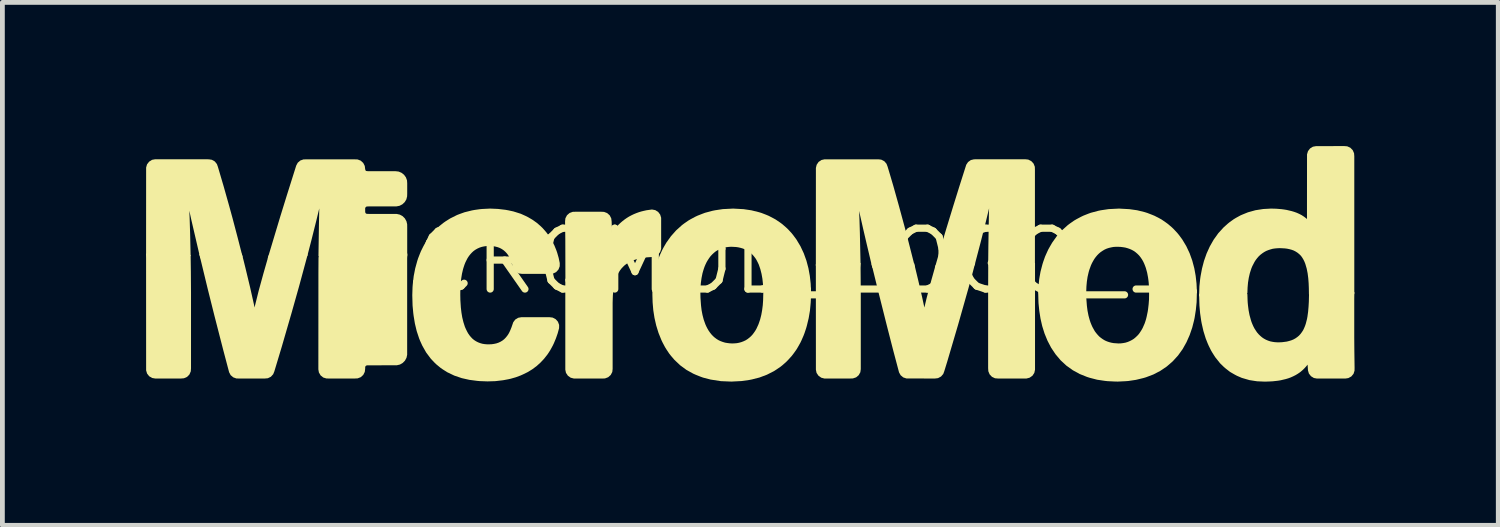
<source format=kicad_pcb>
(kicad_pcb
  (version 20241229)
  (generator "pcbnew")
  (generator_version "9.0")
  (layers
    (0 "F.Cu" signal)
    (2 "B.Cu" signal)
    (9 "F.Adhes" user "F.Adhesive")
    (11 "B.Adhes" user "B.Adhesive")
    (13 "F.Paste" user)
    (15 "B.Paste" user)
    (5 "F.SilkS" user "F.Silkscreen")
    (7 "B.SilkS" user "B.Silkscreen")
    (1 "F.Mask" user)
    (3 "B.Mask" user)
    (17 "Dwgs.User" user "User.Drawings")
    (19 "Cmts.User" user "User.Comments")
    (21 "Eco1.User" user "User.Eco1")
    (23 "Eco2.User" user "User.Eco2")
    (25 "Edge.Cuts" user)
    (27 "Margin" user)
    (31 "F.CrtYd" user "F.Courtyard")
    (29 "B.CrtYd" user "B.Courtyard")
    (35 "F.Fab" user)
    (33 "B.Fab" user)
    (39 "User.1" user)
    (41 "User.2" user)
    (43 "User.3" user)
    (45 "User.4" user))
  (footprint "MICROMOD_LOGO_1"
    (layer "F.Cu")
    (at 12.597 2.405)
    (property "Reference" "MICROMOD_LOGO_1" (at 0 0 0) (layer "F.SilkS") (effects (font (size 1.27 1.27) (thickness 0.15))))
    (fp_poly (pts (xy 2.325 0.665) (xy 2.325 2.252) (xy 2.316 2.317) (xy 2.281 2.379) (xy 2.227 2.424) (xy 2.161 2.446) (xy 2.1 2.448) (xy 1.565 2.448) (xy 1.5 2.431) (xy 1.442 2.39) (xy 1.402 2.331) (xy 1.388 2.265) (xy 1.387 0.058) (xy 1.472 0.035) (xy 2.32 0.035)) (stroke (width 0) (type solid)) (fill yes) (layer "F.SilkS"))
    (fp_poly (pts (xy 5.963 2.265) (xy 5.948 2.331) (xy 5.909 2.39) (xy 5.85 2.431) (xy 5.784 2.448) (xy 5.192 2.448) (xy 5.128 2.443) (xy 5.064 2.413) (xy 5.015 2.361) (xy 4.988 2.296) (xy 4.984 2.233) (xy 4.984 0.693) (xy 4.986 0.088) (xy 5.045 0.035) (xy 5.963 0.035)) (stroke (width 0) (type solid)) (fill yes) (layer "F.SilkS"))
    (fp_poly (pts (xy -11.667 -0.126) (xy -11.662 0.223) (xy -11.659 0.647) (xy -11.659 2.236) (xy -11.664 2.299) (xy -11.692 2.364) (xy -11.742 2.415) (xy -11.807 2.443) (xy -11.87 2.448) (xy -12.405 2.448) (xy -12.47 2.437) (xy -12.532 2.401) (xy -12.576 2.345) (xy -12.596 2.279) (xy -12.597 -0.16) (xy -11.743 -0.16)) (stroke (width 0) (type solid)) (fill yes) (layer "F.SilkS"))
    (fp_poly (pts (xy -2.827 0.509) (xy -2.842 0.61) (xy -2.851 0.713) (xy -2.853 0.764) (xy -2.856 0.869) (xy -2.856 2.247) (xy -2.863 2.311) (xy -2.896 2.374) (xy -2.949 2.421) (xy -3.015 2.446) (xy -3.077 2.449) (xy -3.666 2.448) (xy -3.732 2.431) (xy -3.79 2.39) (xy -3.83 2.33) (xy -3.844 2.264) (xy -3.844 0.367) (xy -3.757 0.346) (xy -2.788 0.346)) (stroke (width 0) (type solid)) (fill yes) (layer "F.SilkS"))
    (fp_poly (pts (xy -11.289 -2.129) (xy -11.224 -2.119) (xy -11.162 -2.084) (xy -11.118 -2.029) (xy -11.097 -1.97) (xy -10.977 -1.563) (xy -10.862 -1.155) (xy -10.792 -0.9) (xy -10.684 -0.49) (xy -10.579 -0.081) (xy -10.676 -0.06) (xy -11.459 -0.06) (xy -11.485 -0.145) (xy -11.653 -0.868) (xy -11.694 -1.056) (xy -11.687 -0.879) (xy -11.677 -0.561) (xy -11.667 -0.117) (xy -11.723 -0.06) (xy -12.576 -0.06) (xy -12.597 -0.147) (xy -12.596 -1.958) (xy -12.577 -2.024) (xy -12.533 -2.08) (xy -12.473 -2.118) (xy -12.407 -2.13)) (stroke (width 0) (type solid)) (fill yes) (layer "F.SilkS"))
    (fp_poly (pts (xy -7.146 -0.057) (xy -7.146 1.953) (xy -7.16 2.016) (xy -7.192 2.075) (xy -7.238 2.122) (xy -7.296 2.156) (xy -7.36 2.171) (xy -7.987 2.173) (xy -8.01 2.184) (xy -8.022 2.204) (xy -8.023 2.246) (xy -8.031 2.31) (xy -8.063 2.373) (xy -8.115 2.42) (xy -8.18 2.445) (xy -8.242 2.448) (xy -8.772 2.448) (xy -8.832 2.447) (xy -8.898 2.427) (xy -8.953 2.383) (xy -8.989 2.321) (xy -9 2.257) (xy -8.999 0.247) (xy -8.997 -0.076) (xy -8.972 -0.16) (xy -7.142 -0.16)) (stroke (width 0) (type solid)) (fill yes) (layer "F.SilkS"))
    (fp_poly (pts (xy 5.822 -2.123) (xy 5.885 -2.091) (xy 5.933 -2.039) (xy 5.959 -1.973) (xy 5.961 -1.911) (xy 5.961 0.064) (xy 5.921 0.134) (xy 5.004 0.134) (xy 4.985 0.045) (xy 4.989 -0.331) (xy 5.001 -1.02) (xy 5.004 -1.106) (xy 4.944 -0.857) (xy 4.827 -0.394) (xy 4.702 0.081) (xy 4.647 0.134) (xy 3.872 0.134) (xy 3.978 -0.235) (xy 4.099 -0.641) (xy 4.254 -1.148) (xy 4.38 -1.553) (xy 4.527 -2.015) (xy 4.565 -2.072) (xy 4.623 -2.113) (xy 4.69 -2.129) (xy 5.702 -2.13) (xy 5.758 -2.13)) (stroke (width 0) (type solid)) (fill yes) (layer "F.SilkS"))
    (fp_poly (pts (xy 2.752 -2.122) (xy 2.816 -2.089) (xy 2.862 -2.036) (xy 2.885 -1.976) (xy 2.946 -1.772) (xy 3.006 -1.568) (xy 3.12 -1.161) (xy 3.245 -0.701) (xy 3.299 -0.496) (xy 3.457 0.125) (xy 3.348 0.135) (xy 2.566 0.135) (xy 2.447 -0.367) (xy 2.375 -0.676) (xy 2.293 -1.038) (xy 2.29 -1.05) (xy 2.298 -0.863) (xy 2.306 -0.598) (xy 2.32 0.04) (xy 2.309 0.135) (xy 1.458 0.135) (xy 1.387 0.096) (xy 1.388 -1.949) (xy 1.404 -2.015) (xy 1.444 -2.074) (xy 1.503 -2.114) (xy 1.569 -2.129) (xy 2.688 -2.129)) (stroke (width 0) (type solid)) (fill yes) (layer "F.SilkS"))
    (fp_poly (pts (xy 4.644 0.303) (xy 4.574 0.559) (xy 4.357 1.325) (xy 4.132 2.089) (xy 4.069 2.294) (xy 4.047 2.353) (xy 4.001 2.406) (xy 3.938 2.44) (xy 3.873 2.448) (xy 3.279 2.447) (xy 3.212 2.425) (xy 3.157 2.379) (xy 3.124 2.32) (xy 3 1.852) (xy 2.868 1.338) (xy 2.687 0.617) (xy 2.547 0.047) (xy 2.652 0.035) (xy 3.437 0.035) (xy 3.521 0.383) (xy 3.605 0.745) (xy 3.65 0.954) (xy 3.653 0.965) (xy 3.7 0.767) (xy 3.795 0.407) (xy 3.885 0.088) (xy 3.939 0.035) (xy 4.714 0.035)) (stroke (width 0) (type solid)) (fill yes) (layer "F.SilkS"))
    (fp_poly (pts (xy -10.562 -0.021) (xy -10.524 0.133) (xy -10.425 0.545) (xy -10.344 0.906) (xy -10.332 0.966) (xy -10.322 0.921) (xy -10.245 0.612) (xy -10.147 0.255) (xy -10.04 -0.118) (xy -9.977 -0.16) (xy -9.325 -0.16) (xy -9.222 -0.144) (xy -9.402 0.521) (xy -9.56 1.081) (xy -9.766 1.791) (xy -9.919 2.299) (xy -9.943 2.358) (xy -9.991 2.411) (xy -10.054 2.442) (xy -10.118 2.448) (xy -10.649 2.448) (xy -10.711 2.447) (xy -10.776 2.424) (xy -10.831 2.378) (xy -10.863 2.318) (xy -10.986 1.853) (xy -11.17 1.137) (xy -11.311 0.573) (xy -11.486 -0.15) (xy -11.38 -0.16) (xy -10.6 -0.16)) (stroke (width 0) (type solid)) (fill yes) (layer "F.SilkS"))
    (fp_poly (pts (xy -8.181 -2.126) (xy -8.116 -2.101) (xy -8.063 -2.053) (xy -8.031 -1.99) (xy -8.024 -1.932) (xy -8.017 -1.899) (xy -8.001 -1.885) (xy -7.967 -1.881) (xy -7.386 -1.88) (xy -7.324 -1.873) (xy -7.263 -1.847) (xy -7.211 -1.806) (xy -7.172 -1.752) (xy -7.149 -1.689) (xy -7.145 -1.628) (xy -7.145 -1.414) (xy -7.147 -1.355) (xy -7.163 -1.291) (xy -7.198 -1.234) (xy -7.246 -1.189) (xy -7.306 -1.158) (xy -7.369 -1.146) (xy -7.954 -1.145) (xy -7.993 -1.143) (xy -8.012 -1.131) (xy -8.023 -1.107) (xy -8.022 -1.024) (xy -8.011 -1.001) (xy -7.99 -0.99) (xy -7.95 -0.989) (xy -7.363 -0.988) (xy -7.3 -0.974) (xy -7.241 -0.942) (xy -7.194 -0.895) (xy -7.161 -0.836) (xy -7.146 -0.773) (xy -7.145 -0.715) (xy -7.145 -0.107) (xy -7.209 -0.06) (xy -8.933 -0.06) (xy -8.998 -0.107) (xy -8.988 -0.768) (xy -8.981 -1.104) (xy -9.043 -0.847) (xy -9.146 -0.436) (xy -9.229 -0.117) (xy -9.281 -0.06) (xy -10.058 -0.06) (xy -9.795 -0.935) (xy -9.654 -1.39) (xy -9.462 -1.999) (xy -9.43 -2.058) (xy -9.376 -2.104) (xy -9.31 -2.127) (xy -9.249 -2.128) (xy -8.243 -2.128)) (stroke (width 0) (type solid)) (fill yes) (layer "F.SilkS"))
    (fp_poly (pts (xy -1.966 -1.068) (xy -1.906 -1.031) (xy -1.863 -0.974) (xy -1.843 -0.908) (xy -1.843 -0.259) (xy -1.864 -0.193) (xy -1.908 -0.137) (xy -1.969 -0.101) (xy -2.032 -0.089) (xy -2.139 -0.082) (xy -2.24 -0.069) (xy -2.339 -0.047) (xy -2.387 -0.033) (xy -2.434 -0.016) (xy -2.479 0.003) (xy -2.522 0.026) (xy -2.564 0.053) (xy -2.602 0.081) (xy -2.637 0.114) (xy -2.671 0.15) (xy -2.7 0.188) (xy -2.726 0.229) (xy -2.75 0.273) (xy -2.77 0.318) (xy -2.818 0.446) (xy -3.758 0.446) (xy -3.842 0.422) (xy -3.844 -0.461) (xy -3.849 -0.833) (xy -3.842 -0.898) (xy -3.809 -0.961) (xy -3.755 -1.008) (xy -3.69 -1.032) (xy -3.628 -1.034) (xy -3.097 -1.034) (xy -3.035 -1.031) (xy -2.97 -1.006) (xy -2.917 -0.959) (xy -2.885 -0.896) (xy -2.877 -0.833) (xy -2.871 -0.672) (xy -2.87 -0.591) (xy -2.869 -0.592) (xy -2.838 -0.638) (xy -2.805 -0.682) (xy -2.77 -0.725) (xy -2.731 -0.765) (xy -2.691 -0.803) (xy -2.649 -0.839) (xy -2.605 -0.873) (xy -2.559 -0.905) (xy -2.512 -0.934) (xy -2.463 -0.96) (xy -2.413 -0.984) (xy -2.362 -1.005) (xy -2.31 -1.024) (xy -2.257 -1.04) (xy -2.204 -1.053) (xy -2.15 -1.065) (xy -2.035 -1.081)) (stroke (width 0) (type solid)) (fill yes) (layer "F.SilkS"))
    (fp_poly (pts (xy 9.337 0.854) (xy 9.321 1.015) (xy 9.296 1.175) (xy 9.285 1.229) (xy 9.245 1.386) (xy 9.192 1.54) (xy 9.126 1.689) (xy 9.046 1.832) (xy 8.95 1.966) (xy 8.839 2.088) (xy 8.715 2.196) (xy 8.579 2.288) (xy 8.433 2.364) (xy 8.28 2.422) (xy 8.226 2.438) (xy 8.069 2.476) (xy 7.908 2.5) (xy 7.853 2.504) (xy 7.691 2.512) (xy 7.636 2.511) (xy 7.475 2.503) (xy 7.42 2.497) (xy 7.26 2.473) (xy 7.102 2.432) (xy 7.049 2.415) (xy 6.897 2.354) (xy 6.752 2.275) (xy 6.618 2.179) (xy 6.497 2.067) (xy 6.391 1.941) (xy 6.3 1.805) (xy 6.224 1.66) (xy 6.162 1.509) (xy 6.113 1.353) (xy 6.077 1.195) (xy 6.052 1.035) (xy 6.036 0.874) (xy 6.034 0.82) (xy 6.029 0.63) (xy 6.101 0.59) (xy 6.988 0.59) (xy 7.032 0.656) (xy 7.034 0.775) (xy 7.046 0.93) (xy 7.059 1.032) (xy 7.079 1.133) (xy 7.092 1.182) (xy 7.106 1.231) (xy 7.122 1.279) (xy 7.141 1.326) (xy 7.161 1.371) (xy 7.21 1.459) (xy 7.239 1.498) (xy 7.271 1.536) (xy 7.304 1.571) (xy 7.341 1.601) (xy 7.381 1.629) (xy 7.423 1.654) (xy 7.466 1.673) (xy 7.513 1.689) (xy 7.56 1.701) (xy 7.607 1.709) (xy 7.707 1.716) (xy 7.756 1.714) (xy 7.805 1.708) (xy 7.852 1.699) (xy 7.898 1.685) (xy 7.943 1.666) (xy 7.986 1.644) (xy 8.026 1.619) (xy 8.063 1.588) (xy 8.099 1.554) (xy 8.131 1.519) (xy 8.159 1.479) (xy 8.186 1.437) (xy 8.21 1.394) (xy 8.251 1.301) (xy 8.267 1.254) (xy 8.282 1.205) (xy 8.294 1.156) (xy 8.315 1.055) (xy 8.323 1.005) (xy 8.335 0.902) (xy 8.343 0.799) (xy 8.346 0.595) (xy 8.444 0.59) (xy 9.344 0.59)) (stroke (width 0) (type solid)) (fill yes) (layer "F.SilkS"))
    (fp_poly (pts (xy 12.482 -2.4) (xy 12.546 -2.371) (xy 12.596 -2.32) (xy 12.624 -2.256) (xy 12.629 -2.193) (xy 12.629 0.682) (xy 12.575 0.74) (xy 11.743 0.74) (xy 11.682 0.69) (xy 11.68 0.562) (xy 11.676 0.458) (xy 11.668 0.355) (xy 11.655 0.252) (xy 11.635 0.152) (xy 11.607 0.056) (xy 11.589 0.01) (xy 11.568 -0.033) (xy 11.543 -0.075) (xy 11.516 -0.113) (xy 11.483 -0.146) (xy 11.447 -0.176) (xy 11.407 -0.202) (xy 11.365 -0.224) (xy 11.321 -0.24) (xy 11.273 -0.253) (xy 11.225 -0.263) (xy 11.176 -0.269) (xy 11.075 -0.274) (xy 11.025 -0.272) (xy 10.976 -0.268) (xy 10.927 -0.261) (xy 10.88 -0.248) (xy 10.834 -0.233) (xy 10.789 -0.215) (xy 10.747 -0.192) (xy 10.707 -0.165) (xy 10.668 -0.135) (xy 10.633 -0.102) (xy 10.601 -0.065) (xy 10.571 -0.026) (xy 10.545 0.015) (xy 10.499 0.104) (xy 10.48 0.15) (xy 10.449 0.246) (xy 10.426 0.345) (xy 10.41 0.446) (xy 10.401 0.549) (xy 10.397 0.661) (xy 10.368 0.74) (xy 9.485 0.74) (xy 9.389 0.73) (xy 9.395 0.523) (xy 9.412 0.362) (xy 9.42 0.308) (xy 9.45 0.15) (xy 9.491 -0.007) (xy 9.545 -0.161) (xy 9.612 -0.309) (xy 9.693 -0.451) (xy 9.789 -0.585) (xy 9.899 -0.706) (xy 9.98 -0.779) (xy 10.023 -0.814) (xy 10.112 -0.878) (xy 10.16 -0.907) (xy 10.255 -0.959) (xy 10.307 -0.981) (xy 10.408 -1.022) (xy 10.566 -1.066) (xy 10.728 -1.091) (xy 10.891 -1.1) (xy 11 -1.097) (xy 11.108 -1.088) (xy 11.162 -1.081) (xy 11.217 -1.072) (xy 11.323 -1.047) (xy 11.376 -1.031) (xy 11.429 -1.012) (xy 11.48 -0.989) (xy 11.53 -0.963) (xy 11.578 -0.932) (xy 11.624 -0.897) (xy 11.641 -0.881) (xy 11.642 -2.232) (xy 11.662 -2.299) (xy 11.705 -2.355) (xy 11.765 -2.392) (xy 11.831 -2.404) (xy 12.419 -2.405)) (stroke (width 0) (type solid)) (fill yes) (layer "F.SilkS"))
    (fp_poly (pts (xy -0.122 -1.088) (xy 0.04 -1.064) (xy 0.198 -1.025) (xy 0.251 -1.009) (xy 0.352 -0.97) (xy 0.404 -0.948) (xy 0.5 -0.898) (xy 0.549 -0.871) (xy 0.639 -0.81) (xy 0.684 -0.777) (xy 0.767 -0.705) (xy 0.807 -0.667) (xy 0.881 -0.587) (xy 0.916 -0.543) (xy 0.981 -0.455) (xy 1.065 -0.315) (xy 1.135 -0.166) (xy 1.19 -0.013) (xy 1.232 0.145) (xy 1.261 0.305) (xy 1.279 0.466) (xy 1.285 0.598) (xy 1.225 0.651) (xy 0.331 0.651) (xy 0.289 0.584) (xy 0.282 0.466) (xy 0.271 0.364) (xy 0.253 0.263) (xy 0.228 0.164) (xy 0.195 0.068) (xy 0.174 0.024) (xy 0.151 -0.021) (xy 0.126 -0.062) (xy 0.096 -0.101) (xy 0.064 -0.138) (xy 0.029 -0.171) (xy -0.009 -0.2) (xy -0.05 -0.226) (xy -0.093 -0.248) (xy -0.137 -0.266) (xy -0.184 -0.28) (xy -0.233 -0.291) (xy -0.281 -0.298) (xy -0.382 -0.303) (xy -0.43 -0.3) (xy -0.48 -0.294) (xy -0.527 -0.286) (xy -0.573 -0.272) (xy -0.619 -0.253) (xy -0.662 -0.232) (xy -0.703 -0.207) (xy -0.74 -0.177) (xy -0.777 -0.143) (xy -0.81 -0.108) (xy -0.839 -0.069) (xy -0.867 -0.027) (xy -0.892 0.015) (xy -0.914 0.06) (xy -0.934 0.106) (xy -0.951 0.154) (xy -0.966 0.202) (xy -0.98 0.251) (xy -1 0.351) (xy -1.014 0.453) (xy -1.022 0.559) (xy -1.036 0.65) (xy -1.93 0.65) (xy -2.026 0.638) (xy -2.017 0.484) (xy -2.005 0.376) (xy -1.977 0.216) (xy -1.937 0.059) (xy -1.92 0.006) (xy -1.883 -0.096) (xy -1.862 -0.146) (xy -1.816 -0.245) (xy -1.79 -0.293) (xy -1.735 -0.388) (xy -1.64 -0.521) (xy -1.531 -0.644) (xy -1.409 -0.754) (xy -1.364 -0.788) (xy -1.275 -0.85) (xy -1.227 -0.878) (xy -1.132 -0.929) (xy -1.081 -0.953) (xy -0.981 -0.992) (xy -0.928 -1.012) (xy -0.771 -1.054) (xy -0.716 -1.065) (xy -0.556 -1.089) (xy -0.339 -1.1)) (stroke (width 0) (type solid)) (fill yes) (layer "F.SilkS"))
    (fp_poly (pts (xy -6.034 0.55) (xy -6.036 0.602) (xy -6.037 0.706) (xy -6.035 0.81) (xy -6.025 0.966) (xy -6.013 1.069) (xy -5.996 1.171) (xy -5.972 1.27) (xy -5.941 1.367) (xy -5.921 1.413) (xy -5.899 1.458) (xy -5.876 1.501) (xy -5.849 1.541) (xy -5.818 1.579) (xy -5.785 1.614) (xy -5.749 1.644) (xy -5.709 1.67) (xy -5.666 1.692) (xy -5.622 1.709) (xy -5.576 1.722) (xy -5.528 1.73) (xy -5.479 1.734) (xy -5.43 1.734) (xy -5.381 1.732) (xy -5.332 1.725) (xy -5.285 1.715) (xy -5.24 1.7) (xy -5.197 1.68) (xy -5.157 1.656) (xy -5.12 1.627) (xy -5.087 1.593) (xy -5.057 1.556) (xy -5.03 1.516) (xy -5.007 1.472) (xy -4.987 1.427) (xy -4.968 1.38) (xy -4.931 1.273) (xy -4.889 1.217) (xy -4.828 1.18) (xy -4.763 1.168) (xy -4.172 1.168) (xy -4.108 1.176) (xy -4.045 1.209) (xy -3.998 1.262) (xy -3.973 1.329) (xy -3.974 1.397) (xy -4.004 1.507) (xy -4.04 1.61) (xy -4.082 1.711) (xy -4.106 1.761) (xy -4.158 1.856) (xy -4.188 1.903) (xy -4.219 1.949) (xy -4.287 2.035) (xy -4.362 2.115) (xy -4.444 2.189) (xy -4.533 2.255) (xy -4.58 2.284) (xy -4.627 2.313) (xy -4.725 2.361) (xy -4.776 2.384) (xy -4.878 2.422) (xy -4.983 2.452) (xy -5.037 2.464) (xy -5.144 2.484) (xy -5.306 2.503) (xy -5.468 2.508) (xy -5.63 2.502) (xy -5.685 2.497) (xy -5.846 2.476) (xy -6.006 2.44) (xy -6.162 2.387) (xy -6.31 2.316) (xy -6.403 2.257) (xy -6.449 2.225) (xy -6.534 2.155) (xy -6.574 2.117) (xy -6.65 2.037) (xy -6.749 1.905) (xy -6.83 1.762) (xy -6.875 1.663) (xy -6.896 1.611) (xy -6.947 1.457) (xy -6.985 1.298) (xy -7.011 1.139) (xy -7.018 1.085) (xy -7.033 0.924) (xy -7.039 0.709) (xy -7.034 0.548) (xy -7.03 0.493) (xy -7.02 0.397) (xy -6.926 0.392) (xy -6.023 0.392)) (stroke (width 0) (type solid)) (fill yes) (layer "F.SilkS"))
    (fp_poly (pts (xy -5.251 -1.093) (xy -5.091 -1.074) (xy -5.036 -1.064) (xy -4.93 -1.041) (xy -4.878 -1.025) (xy -4.774 -0.992) (xy -4.674 -0.947) (xy -4.624 -0.922) (xy -4.53 -0.867) (xy -4.44 -0.803) (xy -4.398 -0.767) (xy -4.357 -0.731) (xy -4.317 -0.692) (xy -4.245 -0.61) (xy -4.211 -0.566) (xy -4.179 -0.521) (xy -4.122 -0.428) (xy -4.072 -0.33) (xy -4.031 -0.229) (xy -4.013 -0.177) (xy -3.983 -0.072) (xy -3.96 0.038) (xy -3.961 0.105) (xy -3.986 0.171) (xy -4.034 0.224) (xy -4.097 0.256) (xy -4.161 0.263) (xy -4.748 0.263) (xy -4.812 0.255) (xy -4.875 0.221) (xy -4.921 0.168) (xy -4.943 0.108) (xy -4.957 0.055) (xy -4.972 0.008) (xy -4.989 -0.038) (xy -5.011 -0.082) (xy -5.035 -0.124) (xy -5.063 -0.162) (xy -5.095 -0.197) (xy -5.13 -0.228) (xy -5.169 -0.255) (xy -5.21 -0.277) (xy -5.255 -0.294) (xy -5.301 -0.306) (xy -5.348 -0.315) (xy -5.397 -0.319) (xy -5.446 -0.32) (xy -5.495 -0.317) (xy -5.543 -0.31) (xy -5.59 -0.3) (xy -5.635 -0.285) (xy -5.679 -0.265) (xy -5.721 -0.241) (xy -5.759 -0.214) (xy -5.794 -0.182) (xy -5.827 -0.146) (xy -5.857 -0.108) (xy -5.884 -0.067) (xy -5.907 -0.023) (xy -5.929 0.021) (xy -5.948 0.068) (xy -5.964 0.116) (xy -5.979 0.164) (xy -6.002 0.263) (xy -6.018 0.364) (xy -6.025 0.43) (xy -6.073 0.492) (xy -6.96 0.492) (xy -7.025 0.443) (xy -7.009 0.308) (xy -6.978 0.149) (xy -6.935 -0.007) (xy -6.918 -0.06) (xy -6.879 -0.16) (xy -6.858 -0.211) (xy -6.81 -0.308) (xy -6.784 -0.356) (xy -6.726 -0.448) (xy -6.694 -0.494) (xy -6.627 -0.579) (xy -6.59 -0.62) (xy -6.514 -0.698) (xy -6.473 -0.735) (xy -6.388 -0.803) (xy -6.342 -0.835) (xy -6.25 -0.893) (xy -6.104 -0.966) (xy -6.052 -0.986) (xy -5.949 -1.023) (xy -5.792 -1.062) (xy -5.737 -1.072) (xy -5.631 -1.087) (xy -5.576 -1.092) (xy -5.414 -1.1)) (stroke (width 0) (type solid)) (fill yes) (layer "F.SilkS"))
    (fp_poly (pts (xy 7.933 -1.088) (xy 8.095 -1.065) (xy 8.253 -1.026) (xy 8.307 -1.009) (xy 8.408 -0.97) (xy 8.459 -0.949) (xy 8.556 -0.899) (xy 8.605 -0.872) (xy 8.695 -0.81) (xy 8.74 -0.777) (xy 8.823 -0.706) (xy 8.863 -0.667) (xy 8.937 -0.587) (xy 8.972 -0.544) (xy 9.037 -0.456) (xy 9.121 -0.316) (xy 9.191 -0.167) (xy 9.246 -0.014) (xy 9.288 0.144) (xy 9.298 0.198) (xy 9.317 0.304) (xy 9.335 0.465) (xy 9.344 0.665) (xy 9.258 0.69) (xy 8.362 0.69) (xy 8.345 0.6) (xy 8.343 0.544) (xy 8.336 0.441) (xy 8.33 0.39) (xy 8.323 0.339) (xy 8.304 0.238) (xy 8.277 0.14) (xy 8.26 0.093) (xy 8.241 0.046) (xy 8.22 0.002) (xy 8.195 -0.041) (xy 8.167 -0.082) (xy 8.137 -0.12) (xy 8.103 -0.154) (xy 8.066 -0.186) (xy 8.027 -0.214) (xy 7.986 -0.237) (xy 7.941 -0.257) (xy 7.895 -0.273) (xy 7.848 -0.286) (xy 7.799 -0.294) (xy 7.75 -0.3) (xy 7.7 -0.302) (xy 7.65 -0.302) (xy 7.601 -0.299) (xy 7.554 -0.29) (xy 7.506 -0.279) (xy 7.46 -0.264) (xy 7.416 -0.244) (xy 7.374 -0.219) (xy 7.334 -0.192) (xy 7.297 -0.161) (xy 7.263 -0.127) (xy 7.231 -0.089) (xy 7.202 -0.049) (xy 7.177 -0.007) (xy 7.153 0.037) (xy 7.132 0.082) (xy 7.097 0.178) (xy 7.083 0.226) (xy 7.06 0.326) (xy 7.045 0.427) (xy 7.036 0.53) (xy 7.031 0.676) (xy 6.94 0.69) (xy 6.044 0.69) (xy 6.032 0.596) (xy 6.034 0.538) (xy 6.05 0.377) (xy 6.059 0.322) (xy 6.078 0.216) (xy 6.119 0.059) (xy 6.136 0.006) (xy 6.172 -0.096) (xy 6.194 -0.146) (xy 6.239 -0.245) (xy 6.266 -0.293) (xy 6.321 -0.388) (xy 6.415 -0.521) (xy 6.524 -0.644) (xy 6.646 -0.754) (xy 6.691 -0.788) (xy 6.78 -0.85) (xy 6.828 -0.878) (xy 6.924 -0.929) (xy 6.974 -0.953) (xy 7.075 -0.993) (xy 7.127 -1.012) (xy 7.285 -1.054) (xy 7.339 -1.065) (xy 7.5 -1.089) (xy 7.717 -1.1)) (stroke (width 0) (type solid)) (fill yes) (layer "F.SilkS"))
    (fp_poly (pts (xy -1.022 0.56) (xy -1.024 0.658) (xy -1.022 0.762) (xy -1.011 0.918) (xy -0.999 1.02) (xy -0.98 1.12) (xy -0.954 1.219) (xy -0.92 1.315) (xy -0.9 1.36) (xy -0.877 1.405) (xy -0.852 1.448) (xy -0.824 1.488) (xy -0.793 1.527) (xy -0.76 1.562) (xy -0.724 1.594) (xy -0.685 1.623) (xy -0.644 1.648) (xy -0.601 1.668) (xy -0.555 1.685) (xy -0.508 1.699) (xy -0.461 1.707) (xy -0.411 1.713) (xy -0.362 1.716) (xy -0.313 1.714) (xy -0.263 1.71) (xy -0.216 1.701) (xy -0.169 1.688) (xy -0.124 1.671) (xy -0.081 1.651) (xy -0.041 1.626) (xy -0.002 1.596) (xy 0.034 1.564) (xy 0.067 1.528) (xy 0.096 1.489) (xy 0.124 1.448) (xy 0.148 1.406) (xy 0.19 1.314) (xy 0.223 1.218) (xy 0.248 1.119) (xy 0.257 1.069) (xy 0.266 1.018) (xy 0.279 0.916) (xy 0.286 0.812) (xy 0.29 0.656) (xy 0.288 0.556) (xy 0.388 0.55) (xy 1.284 0.55) (xy 1.287 0.654) (xy 1.282 0.814) (xy 1.279 0.869) (xy 1.264 1.029) (xy 1.237 1.189) (xy 1.199 1.346) (xy 1.184 1.399) (xy 1.15 1.501) (xy 1.13 1.553) (xy 1.087 1.652) (xy 1.063 1.702) (xy 1.01 1.796) (xy 0.981 1.844) (xy 0.918 1.932) (xy 0.884 1.976) (xy 0.811 2.057) (xy 0.772 2.097) (xy 0.691 2.169) (xy 0.647 2.204) (xy 0.557 2.265) (xy 0.51 2.295) (xy 0.364 2.369) (xy 0.21 2.427) (xy 0.053 2.467) (xy -0.002 2.478) (xy -0.163 2.501) (xy -0.378 2.512) (xy -0.595 2.503) (xy -0.809 2.47) (xy -0.967 2.429) (xy -1.02 2.41) (xy -1.12 2.37) (xy -1.172 2.347) (xy -1.315 2.268) (xy -1.448 2.17) (xy -1.567 2.057) (xy -1.638 1.974) (xy -1.673 1.93) (xy -1.733 1.84) (xy -1.762 1.793) (xy -1.813 1.697) (xy -1.837 1.647) (xy -1.898 1.496) (xy -1.946 1.341) (xy -1.982 1.183) (xy -2.007 1.023) (xy -2.021 0.861) (xy -2.026 0.7) (xy -2.026 0.642) (xy -2.01 0.55) (xy -1.119 0.55)) (stroke (width 0) (type solid)) (fill yes) (layer "F.SilkS"))
    (fp_poly (pts (xy 12.628 0.796) (xy 12.628 1.588) (xy 12.63 1.852) (xy 12.635 2.222) (xy 12.634 2.284) (xy 12.613 2.35) (xy 12.567 2.405) (xy 12.505 2.439) (xy 12.44 2.449) (xy 11.851 2.449) (xy 11.785 2.437) (xy 11.725 2.4) (xy 11.681 2.344) (xy 11.662 2.279) (xy 11.654 2.158) (xy 11.62 2.2) (xy 11.582 2.241) (xy 11.541 2.28) (xy 11.498 2.316) (xy 11.451 2.348) (xy 11.403 2.377) (xy 11.353 2.402) (xy 11.302 2.425) (xy 11.25 2.444) (xy 11.196 2.46) (xy 11.09 2.485) (xy 11.035 2.494) (xy 10.927 2.506) (xy 10.873 2.509) (xy 10.764 2.513) (xy 10.602 2.506) (xy 10.547 2.498) (xy 10.439 2.481) (xy 10.281 2.435) (xy 10.179 2.391) (xy 10.13 2.365) (xy 10.035 2.31) (xy 9.947 2.242) (xy 9.905 2.206) (xy 9.826 2.129) (xy 9.724 2.001) (xy 9.665 1.908) (xy 9.637 1.86) (xy 9.589 1.763) (xy 9.567 1.713) (xy 9.527 1.612) (xy 9.479 1.457) (xy 9.443 1.299) (xy 9.433 1.246) (xy 9.41 1.086) (xy 9.396 0.926) (xy 9.389 0.685) (xy 9.457 0.64) (xy 10.334 0.64) (xy 10.397 0.687) (xy 10.401 0.816) (xy 10.404 0.868) (xy 10.409 0.919) (xy 10.422 1.021) (xy 10.441 1.121) (xy 10.468 1.22) (xy 10.483 1.268) (xy 10.502 1.315) (xy 10.522 1.36) (xy 10.545 1.404) (xy 10.572 1.446) (xy 10.599 1.486) (xy 10.631 1.523) (xy 10.666 1.557) (xy 10.702 1.588) (xy 10.742 1.615) (xy 10.784 1.638) (xy 10.829 1.657) (xy 10.874 1.672) (xy 10.922 1.682) (xy 10.97 1.689) (xy 11.019 1.692) (xy 11.069 1.692) (xy 11.119 1.69) (xy 11.219 1.677) (xy 11.266 1.665) (xy 11.313 1.651) (xy 11.357 1.633) (xy 11.399 1.61) (xy 11.438 1.583) (xy 11.474 1.553) (xy 11.506 1.518) (xy 11.535 1.479) (xy 11.561 1.439) (xy 11.582 1.395) (xy 11.601 1.349) (xy 11.617 1.302) (xy 11.642 1.204) (xy 11.651 1.155) (xy 11.665 1.052) (xy 11.674 0.949) (xy 11.68 0.845) (xy 11.685 0.64) (xy 12.63 0.64)) (stroke (width 0) (type solid)) (fill yes) (layer "F.SilkS")))
  (gr_rect
    (start -3 -3)
    (end 28.232 7.918)
    (stroke (width 0.1) (type default))
    (fill no)
    (layer "Edge.Cuts")))
</source>
